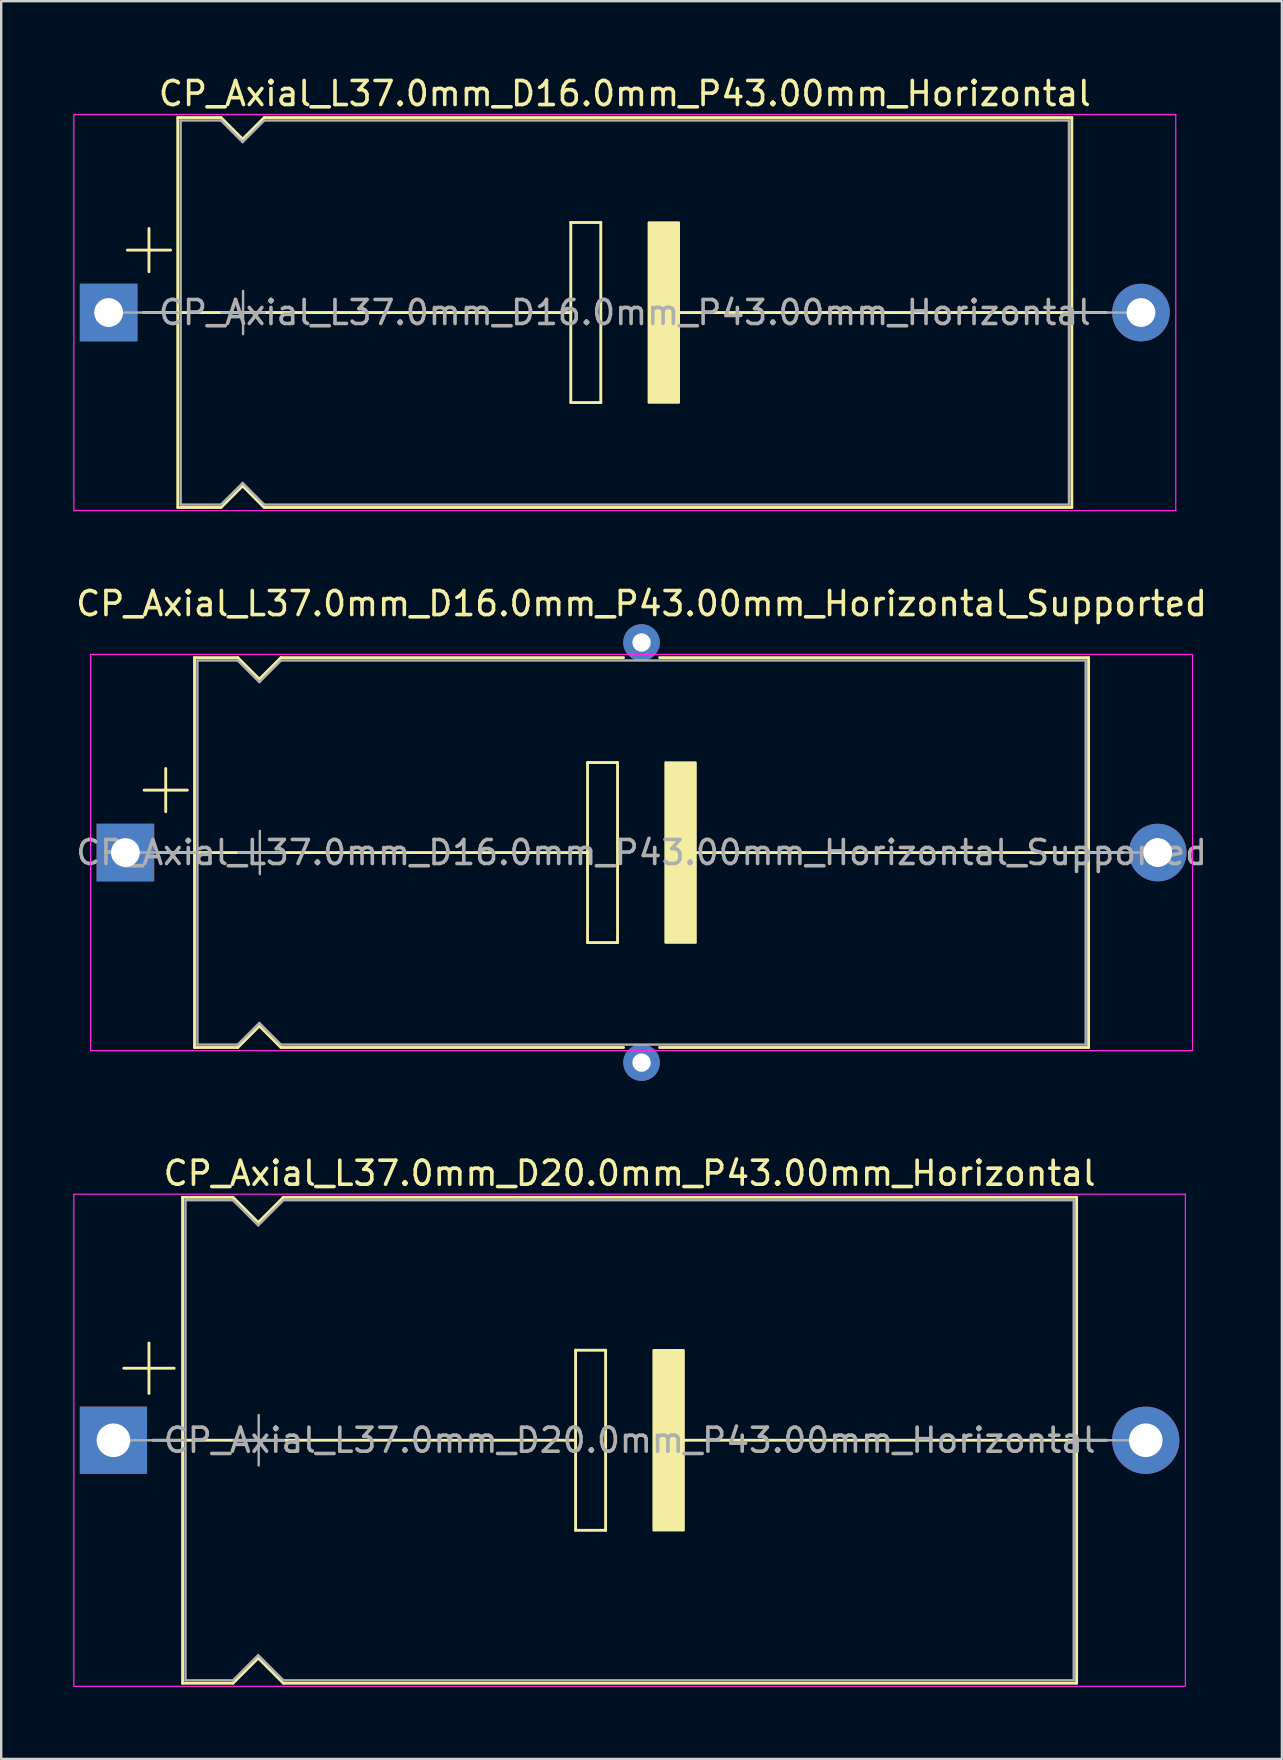
<source format=kicad_pcb>
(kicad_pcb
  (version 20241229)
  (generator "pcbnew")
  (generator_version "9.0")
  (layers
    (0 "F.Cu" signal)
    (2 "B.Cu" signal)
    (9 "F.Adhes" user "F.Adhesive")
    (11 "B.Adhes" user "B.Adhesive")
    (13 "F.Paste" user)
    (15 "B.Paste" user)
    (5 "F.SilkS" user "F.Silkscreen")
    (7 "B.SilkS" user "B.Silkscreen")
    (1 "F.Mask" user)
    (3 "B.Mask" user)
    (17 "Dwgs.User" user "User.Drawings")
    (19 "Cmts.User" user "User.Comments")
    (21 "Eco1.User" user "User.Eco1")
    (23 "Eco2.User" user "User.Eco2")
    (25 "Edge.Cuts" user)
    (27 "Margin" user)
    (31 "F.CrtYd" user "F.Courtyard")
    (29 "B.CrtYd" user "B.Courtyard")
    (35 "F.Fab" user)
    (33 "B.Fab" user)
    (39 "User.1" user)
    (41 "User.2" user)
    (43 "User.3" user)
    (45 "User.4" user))
  (footprint "CP_Axial_L37.0mm_D16.0mm_P43.00mm_Horizontal_Supported"
    (layer "F.Cu")
    (at 2.173 32.462)
    (property "Reference" "CP_Axial_L37.0mm_D16.0mm_P43.00mm_Horizontal_Supported" (at 21.5 -10.37 0) (layer "F.SilkS") (effects (font (size 1 1) (thickness 0.15))))
    (attr through_hole)
    (fp_line (start 0.78 -2.6) (end 2.58 -2.6) (stroke (width 0.12) (type solid)) (layer "F.SilkS"))
    (fp_line (start 1.44 0) (end 2.88 0) (stroke (width 0.12) (type solid)) (layer "F.SilkS"))
    (fp_line (start 1.68 -3.5) (end 1.68 -1.7) (stroke (width 0.12) (type solid)) (layer "F.SilkS"))
    (fp_line (start 2.88 -8.12) (end 2.88 8.12) (stroke (width 0.12) (type solid)) (layer "F.SilkS"))
    (fp_line (start 2.88 -8.12) (end 4.68 -8.12) (stroke (width 0.12) (type solid)) (layer "F.SilkS"))
    (fp_line (start 2.88 0) (end 19.25 0) (stroke (width 0.12) (type solid)) (layer "F.SilkS"))
    (fp_line (start 2.88 8.12) (end 4.68 8.12) (stroke (width 0.12) (type solid)) (layer "F.SilkS"))
    (fp_line (start 4.68 -8.12) (end 5.58 -7.22) (stroke (width 0.12) (type solid)) (layer "F.SilkS"))
    (fp_line (start 4.68 8.12) (end 5.58 7.22) (stroke (width 0.12) (type solid)) (layer "F.SilkS"))
    (fp_line (start 5.58 -7.22) (end 6.48 -8.12) (stroke (width 0.12) (type solid)) (layer "F.SilkS"))
    (fp_line (start 5.58 7.22) (end 6.48 8.12) (stroke (width 0.12) (type solid)) (layer "F.SilkS"))
    (fp_line (start 6.48 -8.12) (end 20.75 -8.12) (stroke (width 0.12) (type solid)) (layer "F.SilkS"))
    (fp_line (start 6.48 8.12) (end 20.75 8.12) (stroke (width 0.12) (type solid)) (layer "F.SilkS"))
    (fp_line (start 19.25 -3.75) (end 20.5 -3.75) (stroke (width 0.12) (type solid)) (layer "F.SilkS"))
    (fp_line (start 19.25 0) (end 19.25 -3.75) (stroke (width 0.12) (type solid)) (layer "F.SilkS"))
    (fp_line (start 19.25 3.75) (end 19.25 0) (stroke (width 0.12) (type solid)) (layer "F.SilkS"))
    (fp_line (start 20.5 -3.75) (end 20.5 3.75) (stroke (width 0.12) (type solid)) (layer "F.SilkS"))
    (fp_line (start 20.5 3.75) (end 19.25 3.75) (stroke (width 0.12) (type solid)) (layer "F.SilkS"))
    (fp_line (start 22.25 -8.12) (end 40.12 -8.12) (stroke (width 0.12) (type solid)) (layer "F.SilkS"))
    (fp_line (start 22.25 8.12) (end 40.12 8.12) (stroke (width 0.12) (type solid)) (layer "F.SilkS"))
    (fp_line (start 23.75 0) (end 40.12 0) (stroke (width 0.12) (type solid)) (layer "F.SilkS"))
    (fp_line (start 40.12 -8.12) (end 40.12 8.12) (stroke (width 0.12) (type solid)) (layer "F.SilkS"))
    (fp_line (start 41.56 0) (end 40.12 0) (stroke (width 0.12) (type solid)) (layer "F.SilkS"))
    (fp_poly (pts (xy 23.75 3.75) (xy 22.5 3.75) (xy 22.5 -3.75) (xy 23.75 -3.75)) (stroke (width 0.1) (type solid)) (fill yes) (layer "F.SilkS"))
    (fp_line (start -1.45 -8.25) (end -1.45 8.25) (stroke (width 0.05) (type solid)) (layer "F.CrtYd"))
    (fp_line (start -1.45 8.25) (end 44.45 8.25) (stroke (width 0.05) (type solid)) (layer "F.CrtYd"))
    (fp_line (start 44.45 -8.25) (end -1.45 -8.25) (stroke (width 0.05) (type solid)) (layer "F.CrtYd"))
    (fp_line (start 44.45 8.25) (end 44.45 -8.25) (stroke (width 0.05) (type solid)) (layer "F.CrtYd"))
    (fp_line (start 0 0) (end 3 0) (stroke (width 0.1) (type solid)) (layer "F.Fab"))
    (fp_line (start 3 -8) (end 3 8) (stroke (width 0.1) (type solid)) (layer "F.Fab"))
    (fp_line (start 3 -8) (end 4.68 -8) (stroke (width 0.1) (type solid)) (layer "F.Fab"))
    (fp_line (start 3 8) (end 4.68 8) (stroke (width 0.1) (type solid)) (layer "F.Fab"))
    (fp_line (start 4.68 -8) (end 5.58 -7.1) (stroke (width 0.1) (type solid)) (layer "F.Fab"))
    (fp_line (start 4.68 8) (end 5.58 7.1) (stroke (width 0.1) (type solid)) (layer "F.Fab"))
    (fp_line (start 4.7 0) (end 6.5 0) (stroke (width 0.1) (type solid)) (layer "F.Fab"))
    (fp_line (start 5.58 -7.1) (end 6.48 -8) (stroke (width 0.1) (type solid)) (layer "F.Fab"))
    (fp_line (start 5.58 7.1) (end 6.48 8) (stroke (width 0.1) (type solid)) (layer "F.Fab"))
    (fp_line (start 5.6 -0.9) (end 5.6 0.9) (stroke (width 0.1) (type solid)) (layer "F.Fab"))
    (fp_line (start 6.48 -8) (end 40 -8) (stroke (width 0.1) (type solid)) (layer "F.Fab"))
    (fp_line (start 6.48 8) (end 40 8) (stroke (width 0.1) (type solid)) (layer "F.Fab"))
    (fp_line (start 40 -8) (end 40 8) (stroke (width 0.1) (type solid)) (layer "F.Fab"))
    (fp_line (start 43 0) (end 40 0) (stroke (width 0.1) (type solid)) (layer "F.Fab"))
    (fp_text user "${REFERENCE}" (at 21.5 0 0) (layer "F.Fab") (effects (font (size 1 1) (thickness 0.15))))
    (pad "" thru_hole circle (at 21.5 -8.75) (size 1.524 1.524) (drill 0.762) (layers "*.Cu" "*.Mask"))
    (pad "" thru_hole circle (at 21.5 8.75) (size 1.524 1.524) (drill 0.762) (layers "*.Cu" "*.Mask"))
    (pad "1" thru_hole rect (at 0 0) (size 2.4 2.4) (drill 1.2) (layers "*.Cu" "*.Mask"))
    (pad "2" thru_hole oval (at 43 0) (size 2.4 2.4) (drill 1.2) (layers "*.Cu" "*.Mask")))
  (footprint "CP_Axial_L37.0mm_D20.0mm_P43.00mm_Horizontal"
    (layer "F.Cu")
    (at 1.675 56.942)
    (property "Reference" "CP_Axial_L37.0mm_D20.0mm_P43.00mm_Horizontal" (at 21.5 -11.12 0) (layer "F.SilkS") (effects (font (size 1 1) (thickness 0.15))))
    (attr through_hole)
    (fp_line (start 0.43 -3) (end 2.53 -3) (stroke (width 0.12) (type solid)) (layer "F.SilkS"))
    (fp_line (start 1.48 -4.05) (end 1.48 -1.95) (stroke (width 0.12) (type solid)) (layer "F.SilkS"))
    (fp_line (start 1.64 0) (end 2.88 0) (stroke (width 0.12) (type solid)) (layer "F.SilkS"))
    (fp_line (start 2.88 -10.12) (end 2.88 10.12) (stroke (width 0.12) (type solid)) (layer "F.SilkS"))
    (fp_line (start 2.88 -10.12) (end 4.98 -10.12) (stroke (width 0.12) (type solid)) (layer "F.SilkS"))
    (fp_line (start 2.88 0) (end 19.25 0) (stroke (width 0.12) (type solid)) (layer "F.SilkS"))
    (fp_line (start 2.88 10.12) (end 4.98 10.12) (stroke (width 0.12) (type solid)) (layer "F.SilkS"))
    (fp_line (start 4.98 -10.12) (end 6.03 -9.07) (stroke (width 0.12) (type solid)) (layer "F.SilkS"))
    (fp_line (start 4.98 10.12) (end 6.03 9.07) (stroke (width 0.12) (type solid)) (layer "F.SilkS"))
    (fp_line (start 6.03 -9.07) (end 7.08 -10.12) (stroke (width 0.12) (type solid)) (layer "F.SilkS"))
    (fp_line (start 6.03 9.07) (end 7.08 10.12) (stroke (width 0.12) (type solid)) (layer "F.SilkS"))
    (fp_line (start 7.08 -10.12) (end 40.12 -10.12) (stroke (width 0.12) (type solid)) (layer "F.SilkS"))
    (fp_line (start 7.08 10.12) (end 40.12 10.12) (stroke (width 0.12) (type solid)) (layer "F.SilkS"))
    (fp_line (start 19.25 -3.75) (end 20.5 -3.75) (stroke (width 0.12) (type solid)) (layer "F.SilkS"))
    (fp_line (start 19.25 0) (end 19.25 -3.75) (stroke (width 0.12) (type solid)) (layer "F.SilkS"))
    (fp_line (start 19.25 3.75) (end 19.25 0) (stroke (width 0.12) (type solid)) (layer "F.SilkS"))
    (fp_line (start 20.5 -3.75) (end 20.5 3.75) (stroke (width 0.12) (type solid)) (layer "F.SilkS"))
    (fp_line (start 20.5 3.75) (end 19.25 3.75) (stroke (width 0.12) (type solid)) (layer "F.SilkS"))
    (fp_line (start 23.75 0) (end 40.132 0) (stroke (width 0.12) (type solid)) (layer "F.SilkS"))
    (fp_line (start 40.12 -10.12) (end 40.12 10.12) (stroke (width 0.12) (type solid)) (layer "F.SilkS"))
    (fp_line (start 41.36 0) (end 40.12 0) (stroke (width 0.12) (type solid)) (layer "F.SilkS"))
    (fp_poly (pts (xy 23.75 3.75) (xy 22.5 3.75) (xy 22.5 -3.75) (xy 23.75 -3.75)) (stroke (width 0.1) (type solid)) (fill yes) (layer "F.SilkS"))
    (fp_line (start -1.65 -10.25) (end -1.65 10.25) (stroke (width 0.05) (type solid)) (layer "F.CrtYd"))
    (fp_line (start -1.65 10.25) (end 44.65 10.25) (stroke (width 0.05) (type solid)) (layer "F.CrtYd"))
    (fp_line (start 44.65 -10.25) (end -1.65 -10.25) (stroke (width 0.05) (type solid)) (layer "F.CrtYd"))
    (fp_line (start 44.65 10.25) (end 44.65 -10.25) (stroke (width 0.05) (type solid)) (layer "F.CrtYd"))
    (fp_line (start 0 0) (end 3 0) (stroke (width 0.1) (type solid)) (layer "F.Fab"))
    (fp_line (start 3 -10) (end 3 10) (stroke (width 0.1) (type solid)) (layer "F.Fab"))
    (fp_line (start 3 -10) (end 4.98 -10) (stroke (width 0.1) (type solid)) (layer "F.Fab"))
    (fp_line (start 3 10) (end 4.98 10) (stroke (width 0.1) (type solid)) (layer "F.Fab"))
    (fp_line (start 4.98 -10) (end 6.03 -8.95) (stroke (width 0.1) (type solid)) (layer "F.Fab"))
    (fp_line (start 4.98 10) (end 6.03 8.95) (stroke (width 0.1) (type solid)) (layer "F.Fab"))
    (fp_line (start 5 0) (end 7.1 0) (stroke (width 0.1) (type solid)) (layer "F.Fab"))
    (fp_line (start 6.03 -8.95) (end 7.08 -10) (stroke (width 0.1) (type solid)) (layer "F.Fab"))
    (fp_line (start 6.03 8.95) (end 7.08 10) (stroke (width 0.1) (type solid)) (layer "F.Fab"))
    (fp_line (start 6.05 -1.05) (end 6.05 1.05) (stroke (width 0.1) (type solid)) (layer "F.Fab"))
    (fp_line (start 7.08 -10) (end 40 -10) (stroke (width 0.1) (type solid)) (layer "F.Fab"))
    (fp_line (start 7.08 10) (end 40 10) (stroke (width 0.1) (type solid)) (layer "F.Fab"))
    (fp_line (start 40 -10) (end 40 10) (stroke (width 0.1) (type solid)) (layer "F.Fab"))
    (fp_line (start 43 0) (end 40 0) (stroke (width 0.1) (type solid)) (layer "F.Fab"))
    (fp_text user "${REFERENCE}" (at 21.5 0 0) (layer "F.Fab") (effects (font (size 1 1) (thickness 0.15))))
    (pad "1" thru_hole rect (at 0 0) (size 2.8 2.8) (drill 1.4) (layers "*.Cu" "*.Mask"))
    (pad "2" thru_hole oval (at 43 0) (size 2.8 2.8) (drill 1.4) (layers "*.Cu" "*.Mask")))
  (footprint "CP_Axial_L37.0mm_D16.0mm_P43.00mm_Horizontal"
    (layer "F.Cu")
    (at 1.475 9.968)
    (property "Reference" "CP_Axial_L37.0mm_D16.0mm_P43.00mm_Horizontal" (at 21.5 -9.12 0) (layer "F.SilkS") (effects (font (size 1 1) (thickness 0.15))))
    (attr through_hole)
    (fp_line (start 0.78 -2.6) (end 2.58 -2.6) (stroke (width 0.12) (type solid)) (layer "F.SilkS"))
    (fp_line (start 1.44 0) (end 2.88 0) (stroke (width 0.12) (type solid)) (layer "F.SilkS"))
    (fp_line (start 1.68 -3.5) (end 1.68 -1.7) (stroke (width 0.12) (type solid)) (layer "F.SilkS"))
    (fp_line (start 2.88 -8.12) (end 2.88 8.12) (stroke (width 0.12) (type solid)) (layer "F.SilkS"))
    (fp_line (start 2.88 -8.12) (end 4.68 -8.12) (stroke (width 0.12) (type solid)) (layer "F.SilkS"))
    (fp_line (start 2.88 0) (end 19.25 0) (stroke (width 0.12) (type solid)) (layer "F.SilkS"))
    (fp_line (start 2.88 8.12) (end 4.68 8.12) (stroke (width 0.12) (type solid)) (layer "F.SilkS"))
    (fp_line (start 4.68 -8.12) (end 5.58 -7.22) (stroke (width 0.12) (type solid)) (layer "F.SilkS"))
    (fp_line (start 4.68 8.12) (end 5.58 7.22) (stroke (width 0.12) (type solid)) (layer "F.SilkS"))
    (fp_line (start 5.58 -7.22) (end 6.48 -8.12) (stroke (width 0.12) (type solid)) (layer "F.SilkS"))
    (fp_line (start 5.58 7.22) (end 6.48 8.12) (stroke (width 0.12) (type solid)) (layer "F.SilkS"))
    (fp_line (start 6.48 -8.12) (end 40.12 -8.12) (stroke (width 0.12) (type solid)) (layer "F.SilkS"))
    (fp_line (start 6.48 8.12) (end 40.12 8.12) (stroke (width 0.12) (type solid)) (layer "F.SilkS"))
    (fp_line (start 19.25 -3.75) (end 20.5 -3.75) (stroke (width 0.12) (type solid)) (layer "F.SilkS"))
    (fp_line (start 19.25 0) (end 19.25 -3.75) (stroke (width 0.12) (type solid)) (layer "F.SilkS"))
    (fp_line (start 19.25 3.75) (end 19.25 0) (stroke (width 0.12) (type solid)) (layer "F.SilkS"))
    (fp_line (start 20.5 -3.75) (end 20.5 3.75) (stroke (width 0.12) (type solid)) (layer "F.SilkS"))
    (fp_line (start 20.5 3.75) (end 19.25 3.75) (stroke (width 0.12) (type solid)) (layer "F.SilkS"))
    (fp_line (start 23.75 0) (end 40.12 0) (stroke (width 0.12) (type solid)) (layer "F.SilkS"))
    (fp_line (start 40.12 -8.12) (end 40.12 8.12) (stroke (width 0.12) (type solid)) (layer "F.SilkS"))
    (fp_line (start 41.56 0) (end 40.12 0) (stroke (width 0.12) (type solid)) (layer "F.SilkS"))
    (fp_poly (pts (xy 23.75 3.75) (xy 22.5 3.75) (xy 22.5 -3.75) (xy 23.75 -3.75)) (stroke (width 0.1) (type solid)) (fill yes) (layer "F.SilkS"))
    (fp_line (start -1.45 -8.25) (end -1.45 8.25) (stroke (width 0.05) (type solid)) (layer "F.CrtYd"))
    (fp_line (start -1.45 8.25) (end 44.45 8.25) (stroke (width 0.05) (type solid)) (layer "F.CrtYd"))
    (fp_line (start 44.45 -8.25) (end -1.45 -8.25) (stroke (width 0.05) (type solid)) (layer "F.CrtYd"))
    (fp_line (start 44.45 8.25) (end 44.45 -8.25) (stroke (width 0.05) (type solid)) (layer "F.CrtYd"))
    (fp_line (start 0 0) (end 3 0) (stroke (width 0.1) (type solid)) (layer "F.Fab"))
    (fp_line (start 3 -8) (end 3 8) (stroke (width 0.1) (type solid)) (layer "F.Fab"))
    (fp_line (start 3 -8) (end 4.68 -8) (stroke (width 0.1) (type solid)) (layer "F.Fab"))
    (fp_line (start 3 8) (end 4.68 8) (stroke (width 0.1) (type solid)) (layer "F.Fab"))
    (fp_line (start 4.68 -8) (end 5.58 -7.1) (stroke (width 0.1) (type solid)) (layer "F.Fab"))
    (fp_line (start 4.68 8) (end 5.58 7.1) (stroke (width 0.1) (type solid)) (layer "F.Fab"))
    (fp_line (start 4.7 0) (end 6.5 0) (stroke (width 0.1) (type solid)) (layer "F.Fab"))
    (fp_line (start 5.58 -7.1) (end 6.48 -8) (stroke (width 0.1) (type solid)) (layer "F.Fab"))
    (fp_line (start 5.58 7.1) (end 6.48 8) (stroke (width 0.1) (type solid)) (layer "F.Fab"))
    (fp_line (start 5.6 -0.9) (end 5.6 0.9) (stroke (width 0.1) (type solid)) (layer "F.Fab"))
    (fp_line (start 6.48 -8) (end 40 -8) (stroke (width 0.1) (type solid)) (layer "F.Fab"))
    (fp_line (start 6.48 8) (end 40 8) (stroke (width 0.1) (type solid)) (layer "F.Fab"))
    (fp_line (start 40 -8) (end 40 8) (stroke (width 0.1) (type solid)) (layer "F.Fab"))
    (fp_line (start 43 0) (end 40 0) (stroke (width 0.1) (type solid)) (layer "F.Fab"))
    (fp_text user "${REFERENCE}" (at 21.5 0 0) (layer "F.Fab") (effects (font (size 1 1) (thickness 0.15))))
    (pad "1" thru_hole rect (at 0 0) (size 2.4 2.4) (drill 1.2) (layers "*.Cu" "*.Mask"))
    (pad "2" thru_hole oval (at 43 0) (size 2.4 2.4) (drill 1.2) (layers "*.Cu" "*.Mask")))
  (gr_rect
    (start -3 -3)
    (end 50.345 70.217)
    (stroke (width 0.1) (type default))
    (fill no)
    (layer "Edge.Cuts")))
</source>
